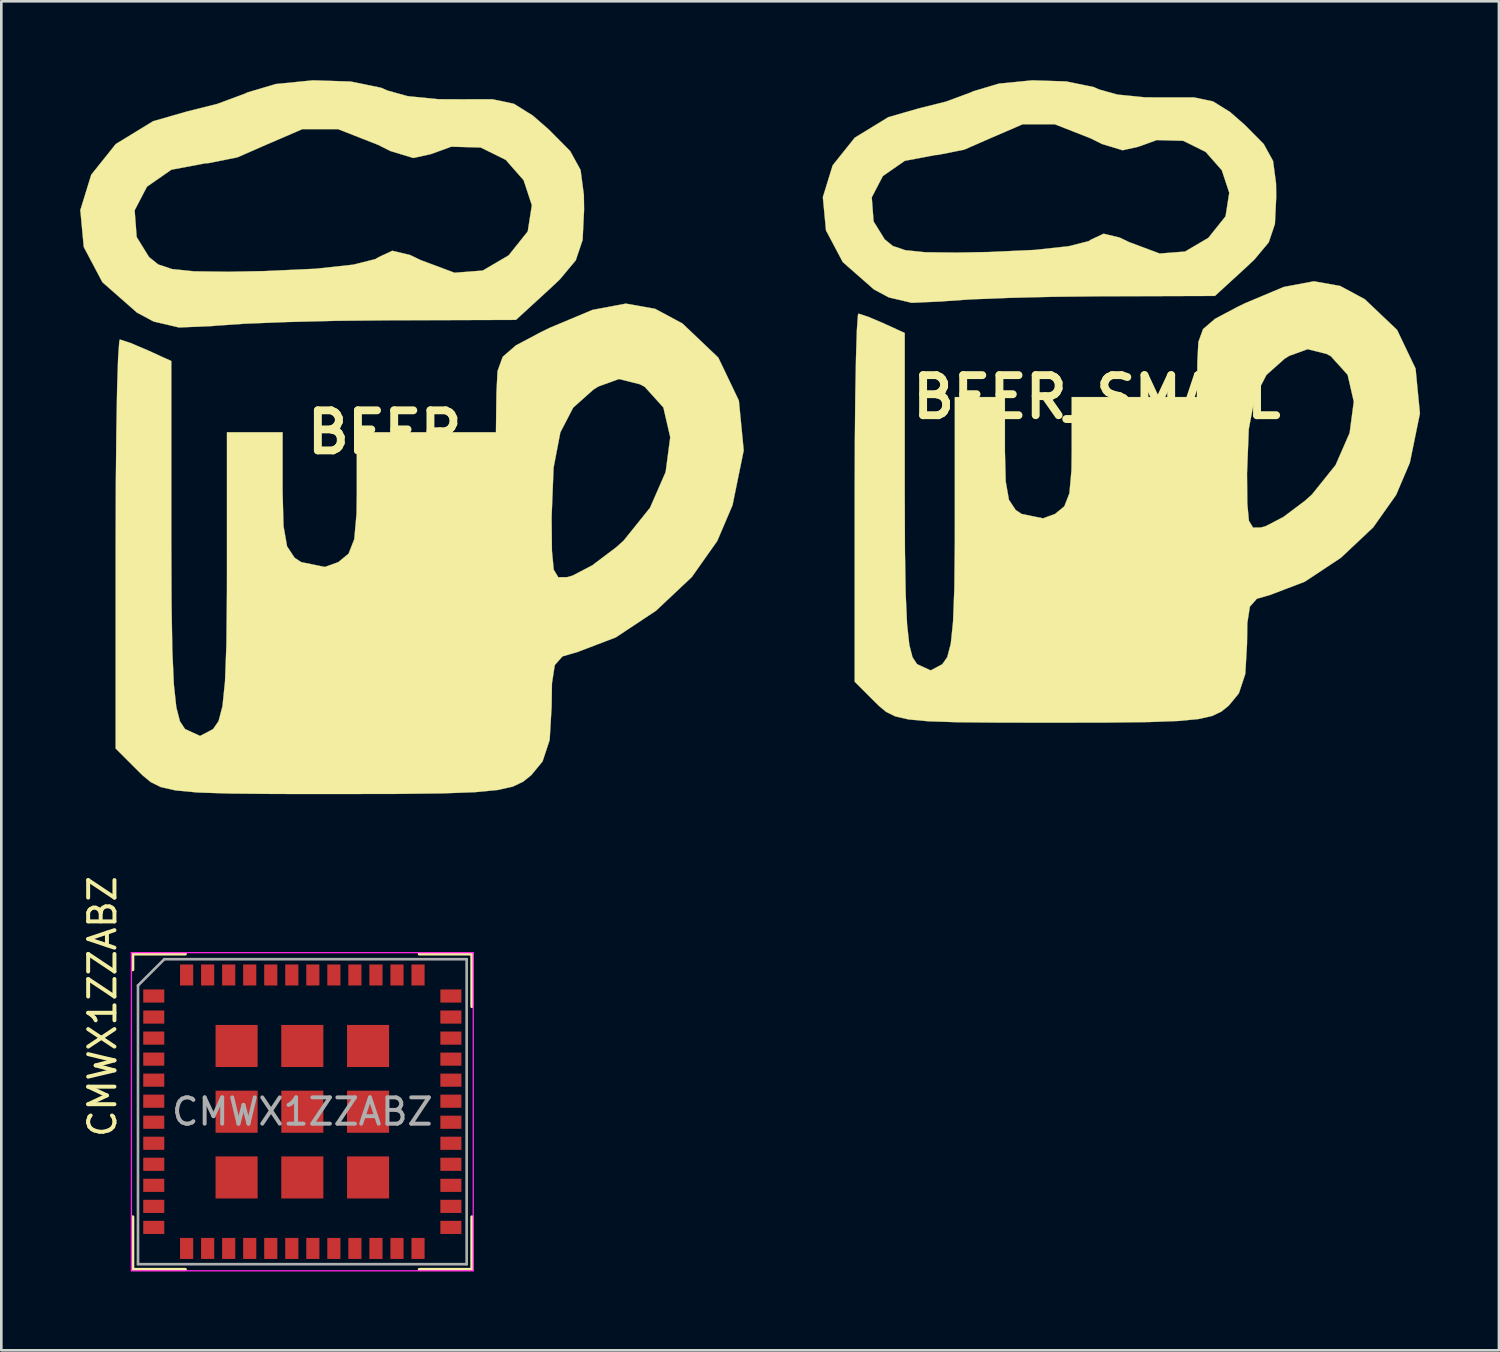
<source format=kicad_pcb>
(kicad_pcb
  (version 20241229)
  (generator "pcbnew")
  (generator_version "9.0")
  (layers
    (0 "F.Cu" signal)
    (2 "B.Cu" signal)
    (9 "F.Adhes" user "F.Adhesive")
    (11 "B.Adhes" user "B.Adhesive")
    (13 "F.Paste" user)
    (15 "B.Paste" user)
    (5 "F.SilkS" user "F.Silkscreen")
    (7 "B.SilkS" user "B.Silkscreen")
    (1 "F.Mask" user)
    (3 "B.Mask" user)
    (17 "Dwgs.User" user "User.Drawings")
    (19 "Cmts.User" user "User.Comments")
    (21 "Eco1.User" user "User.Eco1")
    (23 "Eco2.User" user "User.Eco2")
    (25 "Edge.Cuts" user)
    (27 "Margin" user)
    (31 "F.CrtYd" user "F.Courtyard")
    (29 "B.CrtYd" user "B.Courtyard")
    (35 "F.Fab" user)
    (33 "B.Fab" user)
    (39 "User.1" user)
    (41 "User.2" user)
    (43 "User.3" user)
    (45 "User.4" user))
  (footprint "BEER_SMALL"
    (layer "F.Cu")
    (at 38.662 12.052)
    (property "Reference" "BEER_SMALL" (at 0 0 0) (layer "F.SilkS") (effects (font (size 1.524 1.524) (thickness 0.3))))
    (attr through_hole)
    (fp_poly (pts (xy -1.161 -12.005) (xy -0.122 -11.792) (xy 0.093 -11.698) (xy 0.787 -11.505) (xy 1.836 -11.4) (xy 2.599 -11.397) (xy 3.689 -11.399) (xy 4.423 -11.245) (xy 5.073 -10.84) (xy 5.623 -10.359) (xy 6.35 -9.625) (xy 6.706 -8.979) (xy 6.819 -8.126) (xy 6.826 -7.62) (xy 6.776 -6.583) (xy 6.541 -5.884) (xy 5.995 -5.231) (xy 5.66 -4.915) (xy 4.494 -3.847) (xy 0.104 -3.833) (xy -1.663 -3.814) (xy -3.35 -3.773) (xy -4.78 -3.716) (xy -5.777 -3.648) (xy -5.874 -3.638) (xy -7.037 -3.586) (xy -7.906 -3.79) (xy -8.478 -4.096) (xy -9.661 -5.136) (xy -10.298 -6.341) (xy -10.416 -7.597) (xy -8.557 -7.597) (xy -8.488 -6.682) (xy -8.064 -5.997) (xy -7.752 -5.745) (xy -7.281 -5.587) (xy -6.526 -5.509) (xy -5.36 -5.495) (xy -4.117 -5.517) (xy -2.364 -5.597) (xy -1.073 -5.737) (xy -0.317 -5.928) (xy -0.204 -5.995) (xy 0.26 -6.213) (xy 0.869 -6.068) (xy 1.231 -5.894) (xy 2.391 -5.46) (xy 3.358 -5.535) (xy 4.243 -6.056) (xy 4.898 -6.874) (xy 5.039 -7.77) (xy 4.757 -8.626) (xy 4.143 -9.324) (xy 3.288 -9.747) (xy 2.283 -9.775) (xy 1.576 -9.519) (xy 0.981 -9.388) (xy 0.196 -9.626) (xy -0.224 -9.837) (xy -1.597 -10.376) (xy -2.817 -10.376) (xy -4.056 -9.841) (xy -5.044 -9.409) (xy -6.052 -9.209) (xy -6.128 -9.207) (xy -7.3 -8.986) (xy -8.135 -8.407) (xy -8.557 -7.597) (xy -10.416 -7.597) (xy -10.417 -7.604) (xy -10.043 -8.816) (xy -9.203 -9.866) (xy -7.925 -10.647) (xy -6.793 -10.973) (xy -5.731 -11.239) (xy -4.781 -11.591) (xy -4.699 -11.631) (xy -3.726 -11.921) (xy -2.455 -12.047) (xy -1.161 -12.005)) (stroke (width 0.01) (type solid)) (fill yes) (layer "F.SilkS"))
    (fp_poly (pts (xy 9.255 -4.227) (xy 10.192 -3.724) (xy 11.422 -2.556) (xy 12.125 -1.084) (xy 12.291 0.622) (xy 11.908 2.495) (xy 11.385 3.722) (xy 10.515 4.954) (xy 9.288 6.109) (xy 7.913 7.021) (xy 6.599 7.523) (xy 6.086 7.672) (xy 5.823 7.971) (xy 5.727 8.595) (xy 5.715 9.394) (xy 5.649 10.531) (xy 5.405 11.267) (xy 5.02 11.735) (xy 4.738 11.962) (xy 4.385 12.129) (xy 3.868 12.245) (xy 3.092 12.319) (xy 1.962 12.36) (xy 0.384 12.379) (xy -1.662 12.383) (xy -3.75 12.38) (xy -5.298 12.366) (xy -6.403 12.33) (xy -7.159 12.259) (xy -7.663 12.144) (xy -8.01 11.973) (xy -8.295 11.735) (xy -8.428 11.603) (xy -9.207 10.824) (xy -9.207 3.824) (xy -9.201 1.793) (xy -9.184 -0.007) (xy -9.157 -1.484) (xy -9.123 -2.549) (xy -9.083 -3.111) (xy -9.064 -3.175) (xy -8.7 -3.057) (xy -8.111 -2.807) (xy -7.303 -2.438) (xy -7.303 3.663) (xy -7.295 5.848) (xy -7.267 7.48) (xy -7.214 8.643) (xy -7.129 9.421) (xy -7.007 9.894) (xy -6.84 10.148) (xy -6.826 10.16) (xy -6.318 10.395) (xy -5.874 10.16) (xy -5.685 9.889) (xy -5.551 9.378) (xy -5.465 8.535) (xy -5.416 7.268) (xy -5.398 5.484) (xy -5.397 4.882) (xy -5.397 0) (xy -3.493 0) (xy -3.493 2.053) (xy -3.462 3.213) (xy -3.34 3.906) (xy -3.083 4.295) (xy -2.857 4.445) (xy -2.046 4.611) (xy -1.587 4.445) (xy -1.234 4.156) (xy -1.04 3.658) (xy -0.972 2.9) (xy 5.715 2.9) (xy 5.726 4.056) (xy 5.787 4.703) (xy 5.943 4.963) (xy 6.238 4.961) (xy 6.429 4.908) (xy 7.102 4.557) (xy 7.922 3.94) (xy 8.184 3.705) (xy 9.083 2.585) (xy 9.618 1.361) (xy 9.775 0.17) (xy 9.541 -0.848) (xy 8.9 -1.557) (xy 8.735 -1.643) (xy 8.021 -1.822) (xy 7.318 -1.567) (xy 7.143 -1.457) (xy 6.453 -0.842) (xy 6.014 0.004) (xy 5.782 1.213) (xy 5.715 2.9) (xy -0.972 2.9) (xy -0.962 2.787) (xy -0.953 2.053) (xy -0.953 0) (xy 3.81 0) (xy 3.827 -1.349) (xy 3.865 -2.097) (xy 4.042 -2.584) (xy 4.494 -2.974) (xy 5.352 -3.43) (xy 5.653 -3.576) (xy 7.113 -4.189) (xy 8.257 -4.404) (xy 9.255 -4.227)) (stroke (width 0.01) (type solid)) (fill yes) (layer "F.SilkS")))
  (footprint "CMWX1ZZABZ"
    (layer "F.Cu")
    (at 8.448 39.231)
    (property "Reference" "CMWX1ZZABZ" (at -7.6 -4 270) (layer "F.SilkS") (effects (font (size 1 1) (thickness 0.15))))
    (attr smd)
    (fp_line (start -6.45 -6) (end -6.45 -5.4) (stroke (width 0.12) (type solid)) (layer "F.SilkS"))
    (fp_line (start -6.45 -6) (end -4.45 -6) (stroke (width 0.12) (type solid)) (layer "F.SilkS"))
    (fp_line (start -6.45 4) (end -6.45 6) (stroke (width 0.12) (type solid)) (layer "F.SilkS"))
    (fp_line (start -6.45 6) (end -4.45 6) (stroke (width 0.12) (type solid)) (layer "F.SilkS"))
    (fp_line (start 4.45 -6) (end 6.45 -6) (stroke (width 0.12) (type solid)) (layer "F.SilkS"))
    (fp_line (start 4.45 6) (end 6.45 6) (stroke (width 0.12) (type solid)) (layer "F.SilkS"))
    (fp_line (start 6.45 -6) (end 6.45 -4) (stroke (width 0.12) (type solid)) (layer "F.SilkS"))
    (fp_line (start 6.45 4) (end 6.45 6) (stroke (width 0.12) (type solid)) (layer "F.SilkS"))
    (fp_line (start -6.5 -6.05) (end 6.5 -6.05) (stroke (width 0.05) (type solid)) (layer "F.CrtYd"))
    (fp_line (start -6.5 6.05) (end -6.5 -6.05) (stroke (width 0.05) (type solid)) (layer "F.CrtYd"))
    (fp_line (start -6.5 6.05) (end 6.5 6.05) (stroke (width 0.05) (type solid)) (layer "F.CrtYd"))
    (fp_line (start 6.5 -6.05) (end 6.5 6.05) (stroke (width 0.05) (type solid)) (layer "F.CrtYd"))
    (fp_line (start -6.25 -4.8) (end -6.25 5.8) (stroke (width 0.1) (type solid)) (layer "F.Fab"))
    (fp_line (start -6.25 5.8) (end 6.25 5.8) (stroke (width 0.1) (type solid)) (layer "F.Fab"))
    (fp_line (start -5.25 -5.8) (end -6.25 -4.8) (stroke (width 0.1) (type solid)) (layer "F.Fab"))
    (fp_line (start -5.25 -5.8) (end 6.25 -5.8) (stroke (width 0.1) (type solid)) (layer "F.Fab"))
    (fp_line (start 6.25 -5.8) (end 6.25 5.8) (stroke (width 0.1) (type solid)) (layer "F.Fab"))
    (fp_text user "${REFERENCE}" (at 0 0 0) (layer "F.Fab") (effects (font (size 1 1) (thickness 0.15))))
    (pad "1" smd rect (at -5.65 -4.4) (size 0.8 0.5) (layers "F.Cu" "F.Mask" "F.Paste"))
    (pad "2" smd rect (at -5.65 -3.6) (size 0.8 0.5) (layers "F.Cu" "F.Mask" "F.Paste"))
    (pad "3" smd rect (at -5.65 -2.8) (size 0.8 0.5) (layers "F.Cu" "F.Mask" "F.Paste"))
    (pad "4" smd rect (at -5.65 -2) (size 0.8 0.5) (layers "F.Cu" "F.Mask" "F.Paste"))
    (pad "5" smd rect (at -5.65 -1.2) (size 0.8 0.5) (layers "F.Cu" "F.Mask" "F.Paste"))
    (pad "6" smd rect (at -5.65 -0.4) (size 0.8 0.5) (layers "F.Cu" "F.Mask" "F.Paste"))
    (pad "7" smd rect (at -5.65 0.4) (size 0.8 0.5) (layers "F.Cu" "F.Mask" "F.Paste"))
    (pad "8" smd rect (at -5.65 1.2) (size 0.8 0.5) (layers "F.Cu" "F.Mask" "F.Paste"))
    (pad "9" smd rect (at -5.65 2) (size 0.8 0.5) (layers "F.Cu" "F.Mask" "F.Paste"))
    (pad "10" smd rect (at -5.65 2.8) (size 0.8 0.5) (layers "F.Cu" "F.Mask" "F.Paste"))
    (pad "11" smd rect (at -5.65 3.6) (size 0.8 0.5) (layers "F.Cu" "F.Mask" "F.Paste"))
    (pad "12" smd rect (at -5.65 4.4) (size 0.8 0.5) (layers "F.Cu" "F.Mask" "F.Paste"))
    (pad "13" smd rect (at -4.4 5.2 90) (size 0.8 0.5) (layers "F.Cu" "F.Mask" "F.Paste"))
    (pad "14" smd rect (at -3.6 5.2 90) (size 0.8 0.5) (layers "F.Cu" "F.Mask" "F.Paste"))
    (pad "15" smd rect (at -2.8 5.2 90) (size 0.8 0.5) (layers "F.Cu" "F.Mask" "F.Paste"))
    (pad "16" smd rect (at -2 5.2 90) (size 0.8 0.5) (layers "F.Cu" "F.Mask" "F.Paste"))
    (pad "17" smd rect (at -1.2 5.2 90) (size 0.8 0.5) (layers "F.Cu" "F.Mask" "F.Paste"))
    (pad "18" smd rect (at -0.4 5.2 90) (size 0.8 0.5) (layers "F.Cu" "F.Mask" "F.Paste"))
    (pad "19" smd rect (at 0.4 5.2 90) (size 0.8 0.5) (layers "F.Cu" "F.Mask" "F.Paste"))
    (pad "20" smd rect (at 1.2 5.2 270) (size 0.8 0.5) (layers "F.Cu" "F.Mask" "F.Paste"))
    (pad "21" smd rect (at 2 5.2 270) (size 0.8 0.5) (layers "F.Cu" "F.Mask" "F.Paste"))
    (pad "22" smd rect (at 2.8 5.2 270) (size 0.8 0.5) (layers "F.Cu" "F.Mask" "F.Paste"))
    (pad "23" smd rect (at 3.6 5.2 270) (size 0.8 0.5) (layers "F.Cu" "F.Mask" "F.Paste"))
    (pad "24" smd rect (at 4.4 5.2 270) (size 0.8 0.5) (layers "F.Cu" "F.Mask" "F.Paste"))
    (pad "25" smd rect (at 5.65 4.4) (size 0.8 0.5) (layers "F.Cu" "F.Mask" "F.Paste"))
    (pad "26" smd rect (at 5.65 3.6) (size 0.8 0.5) (layers "F.Cu" "F.Mask" "F.Paste"))
    (pad "27" smd rect (at 5.65 2.8) (size 0.8 0.5) (layers "F.Cu" "F.Mask" "F.Paste"))
    (pad "28" smd rect (at 5.65 2) (size 0.8 0.5) (layers "F.Cu" "F.Mask" "F.Paste"))
    (pad "29" smd rect (at 5.65 1.2) (size 0.8 0.5) (layers "F.Cu" "F.Mask" "F.Paste"))
    (pad "30" smd rect (at 5.65 0.4) (size 0.8 0.5) (layers "F.Cu" "F.Mask" "F.Paste"))
    (pad "31" smd rect (at 5.65 -0.4) (size 0.8 0.5) (layers "F.Cu" "F.Mask" "F.Paste"))
    (pad "32" smd rect (at 5.65 -1.2) (size 0.8 0.5) (layers "F.Cu" "F.Mask" "F.Paste"))
    (pad "33" smd rect (at 5.65 -2) (size 0.8 0.5) (layers "F.Cu" "F.Mask" "F.Paste"))
    (pad "34" smd rect (at 5.65 -2.8) (size 0.8 0.5) (layers "F.Cu" "F.Mask" "F.Paste"))
    (pad "35" smd rect (at 5.65 -3.6) (size 0.8 0.5) (layers "F.Cu" "F.Mask" "F.Paste"))
    (pad "36" smd rect (at 5.65 -4.4) (size 0.8 0.5) (layers "F.Cu" "F.Mask" "F.Paste"))
    (pad "37" smd rect (at 4.4 -5.2 90) (size 0.8 0.5) (layers "F.Cu" "F.Mask" "F.Paste"))
    (pad "38" smd rect (at 3.6 -5.2 90) (size 0.8 0.5) (layers "F.Cu" "F.Mask" "F.Paste"))
    (pad "39" smd rect (at 2.8 -5.2 90) (size 0.8 0.5) (layers "F.Cu" "F.Mask" "F.Paste"))
    (pad "40" smd rect (at 2 -5.2 90) (size 0.8 0.5) (layers "F.Cu" "F.Mask" "F.Paste"))
    (pad "41" smd rect (at 1.2 -5.2 90) (size 0.8 0.5) (layers "F.Cu" "F.Mask" "F.Paste"))
    (pad "42" smd rect (at 0.4 -5.2 90) (size 0.8 0.5) (layers "F.Cu" "F.Mask" "F.Paste"))
    (pad "43" smd rect (at -0.4 -5.2 90) (size 0.8 0.5) (layers "F.Cu" "F.Mask" "F.Paste"))
    (pad "44" smd rect (at -1.2 -5.2 90) (size 0.8 0.5) (layers "F.Cu" "F.Mask" "F.Paste"))
    (pad "45" smd rect (at -2 -5.2 90) (size 0.8 0.5) (layers "F.Cu" "F.Mask" "F.Paste"))
    (pad "46" smd rect (at -2.8 -5.2 90) (size 0.8 0.5) (layers "F.Cu" "F.Mask" "F.Paste"))
    (pad "47" smd rect (at -3.6 -5.2 90) (size 0.8 0.5) (layers "F.Cu" "F.Mask" "F.Paste"))
    (pad "48" smd rect (at -4.4 -5.2 90) (size 0.8 0.5) (layers "F.Cu" "F.Mask" "F.Paste"))
    (pad "49" smd rect (at -2.5 -2.5 90) (size 1.6 1.6) (layers "F.Cu" "F.Mask" "F.Paste"))
    (pad "50" smd rect (at 0 -2.5 90) (size 1.6 1.6) (layers "F.Cu" "F.Mask" "F.Paste"))
    (pad "51" smd rect (at 2.5 -2.5 90) (size 1.6 1.6) (layers "F.Cu" "F.Mask" "F.Paste"))
    (pad "52" smd rect (at -2.5 0 90) (size 1.6 1.6) (layers "F.Cu" "F.Mask" "F.Paste"))
    (pad "53" smd rect (at 0 0 90) (size 1.6 1.6) (layers "F.Cu" "F.Mask" "F.Paste"))
    (pad "54" smd rect (at 2.5 0 90) (size 1.6 1.6) (layers "F.Cu" "F.Mask" "F.Paste"))
    (pad "55" smd rect (at -2.5 2.5 90) (size 1.6 1.6) (layers "F.Cu" "F.Mask" "F.Paste"))
    (pad "56" smd rect (at 0 2.5 90) (size 1.6 1.6) (layers "F.Cu" "F.Mask" "F.Paste"))
    (pad "57" smd rect (at 2.5 2.5 90) (size 1.6 1.6) (layers "F.Cu" "F.Mask" "F.Paste")))
  (footprint "BEER"
    (layer "F.Cu")
    (at 11.579 13.39)
    (property "Reference" "BEER" (at 0 0 0) (layer "F.SilkS") (effects (font (size 1.524 1.524) (thickness 0.3))))
    (attr through_hole)
    (fp_poly (pts (xy -1.29 -13.339) (xy -0.135 -13.102) (xy 0.103 -12.998) (xy 0.874 -12.783) (xy 2.04 -12.667) (xy 2.887 -12.663) (xy 4.099 -12.665) (xy 4.914 -12.494) (xy 5.636 -12.044) (xy 6.247 -11.51) (xy 7.056 -10.695) (xy 7.451 -9.977) (xy 7.577 -9.028) (xy 7.585 -8.467) (xy 7.529 -7.314) (xy 7.268 -6.538) (xy 6.661 -5.812) (xy 6.289 -5.461) (xy 4.994 -4.274) (xy 0.116 -4.258) (xy -1.848 -4.238) (xy -3.722 -4.192) (xy -5.311 -4.129) (xy -6.418 -4.053) (xy -6.526 -4.042) (xy -7.819 -3.985) (xy -8.784 -4.211) (xy -9.42 -4.551) (xy -10.734 -5.706) (xy -11.443 -7.046) (xy -11.573 -8.441) (xy -9.508 -8.441) (xy -9.431 -7.424) (xy -8.96 -6.663) (xy -8.613 -6.383) (xy -8.09 -6.208) (xy -7.251 -6.121) (xy -5.955 -6.105) (xy -4.575 -6.13) (xy -2.627 -6.219) (xy -1.192 -6.375) (xy -0.352 -6.586) (xy -0.227 -6.661) (xy 0.289 -6.903) (xy 0.966 -6.742) (xy 1.368 -6.549) (xy 2.657 -6.067) (xy 3.731 -6.15) (xy 4.715 -6.728) (xy 5.442 -7.638) (xy 5.599 -8.634) (xy 5.286 -9.585) (xy 4.604 -10.361) (xy 3.654 -10.83) (xy 2.536 -10.861) (xy 1.752 -10.577) (xy 1.09 -10.431) (xy 0.218 -10.696) (xy -0.248 -10.93) (xy -1.774 -11.529) (xy -3.13 -11.528) (xy -4.506 -10.935) (xy -5.605 -10.454) (xy -6.724 -10.232) (xy -6.809 -10.231) (xy -8.112 -9.985) (xy -9.039 -9.341) (xy -9.508 -8.441) (xy -11.573 -8.441) (xy -11.574 -8.449) (xy -11.159 -9.795) (xy -10.226 -10.962) (xy -8.806 -11.83) (xy -7.548 -12.192) (xy -6.368 -12.488) (xy -5.313 -12.879) (xy -5.221 -12.924) (xy -4.14 -13.245) (xy -2.727 -13.385) (xy -1.29 -13.339)) (stroke (width 0.01) (type solid)) (fill yes) (layer "F.SilkS"))
    (fp_poly (pts (xy 10.284 -4.696) (xy 11.325 -4.138) (xy 12.691 -2.839) (xy 13.472 -1.205) (xy 13.656 0.691) (xy 13.231 2.772) (xy 12.65 4.135) (xy 11.684 5.504) (xy 10.32 6.788) (xy 8.792 7.801) (xy 7.333 8.358) (xy 6.762 8.524) (xy 6.47 8.856) (xy 6.363 9.55) (xy 6.35 10.437) (xy 6.276 11.701) (xy 6.006 12.519) (xy 5.578 13.039) (xy 5.264 13.291) (xy 4.873 13.477) (xy 4.298 13.605) (xy 3.436 13.688) (xy 2.181 13.734) (xy 0.427 13.754) (xy -1.846 13.758) (xy -4.166 13.756) (xy -5.887 13.74) (xy -7.114 13.7) (xy -7.955 13.621) (xy -8.515 13.493) (xy -8.9 13.303) (xy -9.216 13.039) (xy -9.365 12.892) (xy -10.231 12.027) (xy -10.231 4.249) (xy -10.224 1.992) (xy -10.204 -0.007) (xy -10.175 -1.649) (xy -10.137 -2.832) (xy -10.092 -3.456) (xy -10.071 -3.528) (xy -9.667 -3.397) (xy -9.012 -3.118) (xy -8.114 -2.709) (xy -8.114 4.07) (xy -8.105 6.497) (xy -8.075 8.311) (xy -8.016 9.604) (xy -7.922 10.467) (xy -7.785 10.994) (xy -7.6 11.275) (xy -7.585 11.289) (xy -7.02 11.55) (xy -6.526 11.289) (xy -6.317 10.988) (xy -6.168 10.42) (xy -6.072 9.484) (xy -6.018 8.075) (xy -5.998 6.093) (xy -5.997 5.425) (xy -5.997 0) (xy -3.881 0) (xy -3.881 2.281) (xy -3.846 3.57) (xy -3.711 4.339) (xy -3.426 4.772) (xy -3.175 4.939) (xy -2.273 5.123) (xy -1.764 4.939) (xy -1.371 4.617) (xy -1.155 4.064) (xy -1.08 3.222) (xy 6.35 3.222) (xy 6.362 4.507) (xy 6.43 5.225) (xy 6.603 5.514) (xy 6.931 5.512) (xy 7.144 5.453) (xy 7.891 5.064) (xy 8.802 4.378) (xy 9.093 4.116) (xy 10.092 2.872) (xy 10.687 1.512) (xy 10.862 0.189) (xy 10.601 -0.942) (xy 9.889 -1.73) (xy 9.706 -1.826) (xy 8.912 -2.025) (xy 8.131 -1.742) (xy 7.936 -1.619) (xy 7.17 -0.936) (xy 6.682 0.005) (xy 6.425 1.347) (xy 6.35 3.222) (xy -1.08 3.222) (xy -1.069 3.096) (xy -1.058 2.281) (xy -1.058 0) (xy 4.233 0) (xy 4.252 -1.499) (xy 4.294 -2.33) (xy 4.491 -2.872) (xy 4.993 -3.305) (xy 5.947 -3.811) (xy 6.281 -3.974) (xy 7.904 -4.654) (xy 9.174 -4.893) (xy 10.284 -4.696)) (stroke (width 0.01) (type solid)) (fill yes) (layer "F.SilkS")))
  (gr_rect
    (start -3 -3)
    (end 53.958 48.306)
    (stroke (width 0.1) (type default))
    (fill no)
    (layer "Edge.Cuts")))
</source>
